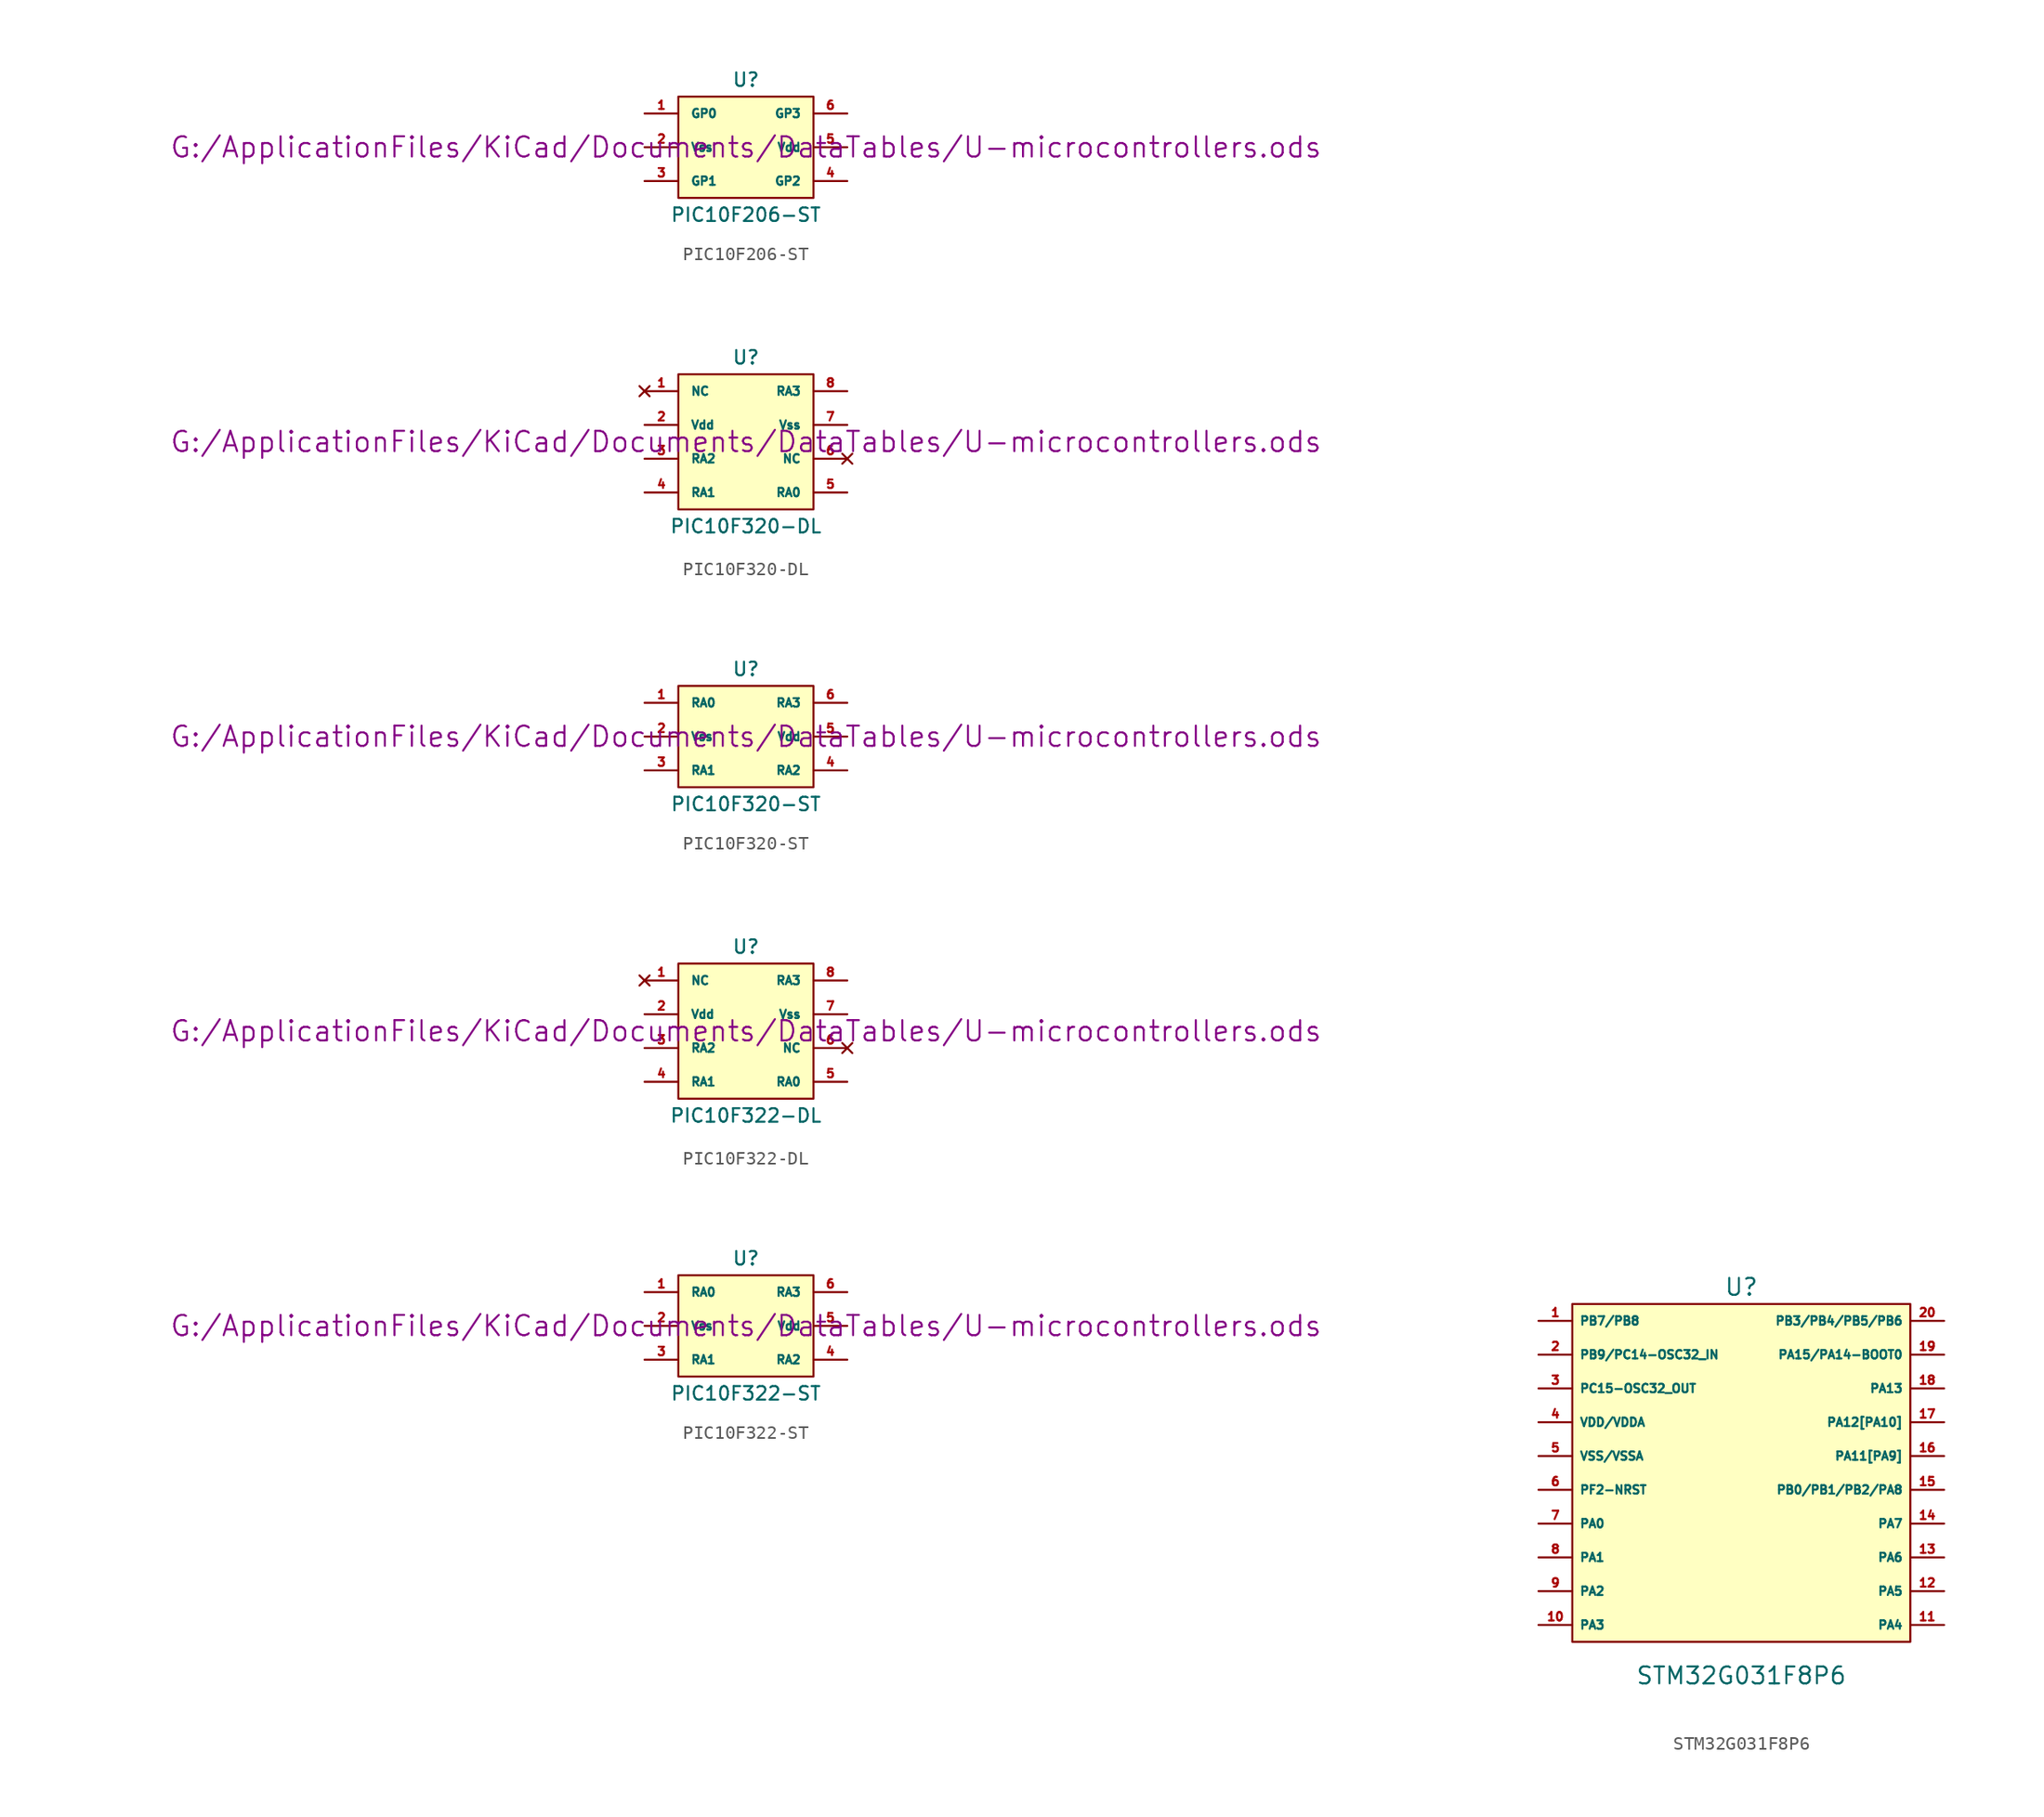
<source format=kicad_sym>
(kicad_symbol_lib
  (version 20211014)
  (generator kicad_symbol_editor)
  (symbol "PIC10F206-ST"
    (pin_names
      (offset 0.889))
    (property "Reference" "U"
      (at 0 5.08 0)
      (effects (font (size 1.016 1.016))))
    (property "Value" "PIC10F206-ST"
      (at 0 -5.08 0)
      (effects (font (size 1.016 1.016))))
    (property "Footprint" ""
      (at 0 0 0)
      (effects (font (size 1.524 1.524))))
    (property "Datasheet" "G:/ApplicationFiles/KiCad/Documents/DataTables/U-microcontrollers.ods"
      (at 0 0 0)
      (effects (font (size 1.524 1.524))))
    (symbol "PIC10F206-ST_1_0"
      (rectangle (start -5.08 -3.81) (end 5.08 3.81) (stroke (width 0) (type default) (color 0 0 0 0)) (fill (type background))))
    (symbol "PIC10F206-ST_1_1"
      (pin bidirectional line (at -7.62 2.54 0) (length 2.54) (name "GP0" (effects (font (size 0.635 0.635)))) (number "1" (effects (font (size 0.635 0.635)))))
      (pin power_in line (at -7.62 0 0) (length 2.54) (name "Vss" (effects (font (size 0.635 0.635)))) (number "2" (effects (font (size 0.635 0.635)))))
      (pin bidirectional line (at -7.62 -2.54 0) (length 2.54) (name "GP1" (effects (font (size 0.635 0.635)))) (number "3" (effects (font (size 0.635 0.635)))))
      (pin bidirectional line (at 7.62 -2.54 180) (length 2.54) (name "GP2" (effects (font (size 0.635 0.635)))) (number "4" (effects (font (size 0.635 0.635)))))
      (pin power_in line (at 7.62 0 180) (length 2.54) (name "Vdd" (effects (font (size 0.635 0.635)))) (number "5" (effects (font (size 0.635 0.635)))))
      (pin bidirectional line (at 7.62 2.54 180) (length 2.54) (name "GP3" (effects (font (size 0.635 0.635)))) (number "6" (effects (font (size 0.635 0.635)))))))
  (symbol "PIC10F320-DL"
    (pin_names
      (offset 0.889))
    (property "Reference" "U"
      (at 0 6.35 0)
      (effects (font (size 1.016 1.016))))
    (property "Value" "PIC10F320-DL"
      (at 0 -6.35 0)
      (effects (font (size 1.016 1.016))))
    (property "Footprint" ""
      (at 0 0 0)
      (effects (font (size 1.524 1.524))))
    (property "Datasheet" "G:/ApplicationFiles/KiCad/Documents/DataTables/U-microcontrollers.ods"
      (at 0 0 0)
      (effects (font (size 1.524 1.524))))
    (symbol "PIC10F320-DL_1_0"
      (rectangle (start -5.08 -5.08) (end 5.08 5.08) (stroke (width 0) (type default) (color 0 0 0 0)) (fill (type background))))
    (symbol "PIC10F320-DL_1_1"
      (pin no_connect line (at -7.62 3.81 0) (length 2.54) (name "NC" (effects (font (size 0.635 0.635)))) (number "1" (effects (font (size 0.635 0.635)))))
      (pin power_in line (at -7.62 1.27 0) (length 2.54) (name "Vdd" (effects (font (size 0.635 0.635)))) (number "2" (effects (font (size 0.635 0.635)))))
      (pin bidirectional line (at -7.62 -1.27 0) (length 2.54) (name "RA2" (effects (font (size 0.635 0.635)))) (number "3" (effects (font (size 0.635 0.635)))))
      (pin bidirectional line (at -7.62 -3.81 0) (length 2.54) (name "RA1" (effects (font (size 0.635 0.635)))) (number "4" (effects (font (size 0.635 0.635)))))
      (pin bidirectional line (at 7.62 -3.81 180) (length 2.54) (name "RA0" (effects (font (size 0.635 0.635)))) (number "5" (effects (font (size 0.635 0.635)))))
      (pin no_connect line (at 7.62 -1.27 180) (length 2.54) (name "NC" (effects (font (size 0.635 0.635)))) (number "6" (effects (font (size 0.635 0.635)))))
      (pin power_in line (at 7.62 1.27 180) (length 2.54) (name "Vss" (effects (font (size 0.635 0.635)))) (number "7" (effects (font (size 0.635 0.635)))))
      (pin bidirectional line (at 7.62 3.81 180) (length 2.54) (name "RA3" (effects (font (size 0.635 0.635)))) (number "8" (effects (font (size 0.635 0.635)))))))
  (symbol "PIC10F320-ST"
    (pin_names
      (offset 0.889))
    (property "Reference" "U"
      (at 0 5.08 0)
      (effects (font (size 1.016 1.016))))
    (property "Value" "PIC10F320-ST"
      (at 0 -5.08 0)
      (effects (font (size 1.016 1.016))))
    (property "Footprint" ""
      (at 0 0 0)
      (effects (font (size 1.524 1.524))))
    (property "Datasheet" "G:/ApplicationFiles/KiCad/Documents/DataTables/U-microcontrollers.ods"
      (at 0 0 0)
      (effects (font (size 1.524 1.524))))
    (symbol "PIC10F320-ST_1_0"
      (rectangle (start -5.08 -3.81) (end 5.08 3.81) (stroke (width 0) (type default) (color 0 0 0 0)) (fill (type background))))
    (symbol "PIC10F320-ST_1_1"
      (pin bidirectional line (at -7.62 2.54 0) (length 2.54) (name "RA0" (effects (font (size 0.635 0.635)))) (number "1" (effects (font (size 0.635 0.635)))))
      (pin power_in line (at -7.62 0 0) (length 2.54) (name "Vss" (effects (font (size 0.635 0.635)))) (number "2" (effects (font (size 0.635 0.635)))))
      (pin bidirectional line (at -7.62 -2.54 0) (length 2.54) (name "RA1" (effects (font (size 0.635 0.635)))) (number "3" (effects (font (size 0.635 0.635)))))
      (pin bidirectional line (at 7.62 -2.54 180) (length 2.54) (name "RA2" (effects (font (size 0.635 0.635)))) (number "4" (effects (font (size 0.635 0.635)))))
      (pin power_in line (at 7.62 0 180) (length 2.54) (name "Vdd" (effects (font (size 0.635 0.635)))) (number "5" (effects (font (size 0.635 0.635)))))
      (pin bidirectional line (at 7.62 2.54 180) (length 2.54) (name "RA3" (effects (font (size 0.635 0.635)))) (number "6" (effects (font (size 0.635 0.635)))))))
  (symbol "PIC10F322-DL"
    (pin_names
      (offset 0.889))
    (property "Reference" "U"
      (at 0 6.35 0)
      (effects (font (size 1.016 1.016))))
    (property "Value" "PIC10F322-DL"
      (at 0 -6.35 0)
      (effects (font (size 1.016 1.016))))
    (property "Footprint" ""
      (at 0 0 0)
      (effects (font (size 1.524 1.524))))
    (property "Datasheet" "G:/ApplicationFiles/KiCad/Documents/DataTables/U-microcontrollers.ods"
      (at 0 0 0)
      (effects (font (size 1.524 1.524))))
    (symbol "PIC10F322-DL_1_0"
      (rectangle (start -5.08 -5.08) (end 5.08 5.08) (stroke (width 0) (type default) (color 0 0 0 0)) (fill (type background))))
    (symbol "PIC10F322-DL_1_1"
      (pin no_connect line (at -7.62 3.81 0) (length 2.54) (name "NC" (effects (font (size 0.635 0.635)))) (number "1" (effects (font (size 0.635 0.635)))))
      (pin power_in line (at -7.62 1.27 0) (length 2.54) (name "Vdd" (effects (font (size 0.635 0.635)))) (number "2" (effects (font (size 0.635 0.635)))))
      (pin bidirectional line (at -7.62 -1.27 0) (length 2.54) (name "RA2" (effects (font (size 0.635 0.635)))) (number "3" (effects (font (size 0.635 0.635)))))
      (pin bidirectional line (at -7.62 -3.81 0) (length 2.54) (name "RA1" (effects (font (size 0.635 0.635)))) (number "4" (effects (font (size 0.635 0.635)))))
      (pin bidirectional line (at 7.62 -3.81 180) (length 2.54) (name "RA0" (effects (font (size 0.635 0.635)))) (number "5" (effects (font (size 0.635 0.635)))))
      (pin no_connect line (at 7.62 -1.27 180) (length 2.54) (name "NC" (effects (font (size 0.635 0.635)))) (number "6" (effects (font (size 0.635 0.635)))))
      (pin power_in line (at 7.62 1.27 180) (length 2.54) (name "Vss" (effects (font (size 0.635 0.635)))) (number "7" (effects (font (size 0.635 0.635)))))
      (pin bidirectional line (at 7.62 3.81 180) (length 2.54) (name "RA3" (effects (font (size 0.635 0.635)))) (number "8" (effects (font (size 0.635 0.635)))))))
  (symbol "PIC10F322-ST"
    (pin_names
      (offset 0.889))
    (property "Reference" "U"
      (at 0 5.08 0)
      (effects (font (size 1.016 1.016))))
    (property "Value" "PIC10F322-ST"
      (at 0 -5.08 0)
      (effects (font (size 1.016 1.016))))
    (property "Footprint" ""
      (at 0 0 0)
      (effects (font (size 1.524 1.524))))
    (property "Datasheet" "G:/ApplicationFiles/KiCad/Documents/DataTables/U-microcontrollers.ods"
      (at 0 0 0)
      (effects (font (size 1.524 1.524))))
    (symbol "PIC10F322-ST_1_0"
      (rectangle (start -5.08 -3.81) (end 5.08 3.81) (stroke (width 0) (type default) (color 0 0 0 0)) (fill (type background))))
    (symbol "PIC10F322-ST_1_1"
      (pin bidirectional line (at -7.62 2.54 0) (length 2.54) (name "RA0" (effects (font (size 0.635 0.635)))) (number "1" (effects (font (size 0.635 0.635)))))
      (pin power_in line (at -7.62 0 0) (length 2.54) (name "Vss" (effects (font (size 0.635 0.635)))) (number "2" (effects (font (size 0.635 0.635)))))
      (pin bidirectional line (at -7.62 -2.54 0) (length 2.54) (name "RA1" (effects (font (size 0.635 0.635)))) (number "3" (effects (font (size 0.635 0.635)))))
      (pin bidirectional line (at 7.62 -2.54 180) (length 2.54) (name "RA2" (effects (font (size 0.635 0.635)))) (number "4" (effects (font (size 0.635 0.635)))))
      (pin power_in line (at 7.62 0 180) (length 2.54) (name "Vdd" (effects (font (size 0.635 0.635)))) (number "5" (effects (font (size 0.635 0.635)))))
      (pin bidirectional line (at 7.62 2.54 180) (length 2.54) (name "RA3" (effects (font (size 0.635 0.635)))) (number "6" (effects (font (size 0.635 0.635)))))))
  (symbol "STM32G031F8P6"
    (property "Reference" "U"
      (at 0 13.97 0)
      (effects (font (size 1.27 1.27))))
    (property "Value" "STM32G031F8P6"
      (at 0 -15.24 0)
      (effects (font (size 1.27 1.27))))
    (symbol "STM32G031F8P6_1_0"
      (rectangle (start -12.7 12.7) (end 12.7 -12.7) (stroke (width 0) (type default) (color 0 0 0 0)) (fill (type background))))
    (symbol "STM32G031F8P6_1_1"
      (pin bidirectional line (at -15.24 11.43 0) (length 2.54) (name "PB7/PB8" (effects (font (size 0.635 0.635)))) (number "1" (effects (font (size 0.635 0.635)))))
      (pin bidirectional line (at -15.24 -11.43 0) (length 2.54) (name "PA3" (effects (font (size 0.635 0.635)))) (number "10" (effects (font (size 0.635 0.635)))))
      (pin bidirectional line (at 15.24 -11.43 180) (length 2.54) (name "PA4" (effects (font (size 0.635 0.635)))) (number "11" (effects (font (size 0.635 0.635)))))
      (pin bidirectional line (at 15.24 -8.89 180) (length 2.54) (name "PA5" (effects (font (size 0.635 0.635)))) (number "12" (effects (font (size 0.635 0.635)))))
      (pin bidirectional line (at 15.24 -6.35 180) (length 2.54) (name "PA6" (effects (font (size 0.635 0.635)))) (number "13" (effects (font (size 0.635 0.635)))))
      (pin bidirectional line (at 15.24 -3.81 180) (length 2.54) (name "PA7" (effects (font (size 0.635 0.635)))) (number "14" (effects (font (size 0.635 0.635)))))
      (pin bidirectional line (at 15.24 -1.27 180) (length 2.54) (name "PB0/PB1/PB2/PA8" (effects (font (size 0.635 0.635)))) (number "15" (effects (font (size 0.635 0.635)))))
      (pin bidirectional line (at 15.24 1.27 180) (length 2.54) (name "PA11[PA9]" (effects (font (size 0.635 0.635)))) (number "16" (effects (font (size 0.635 0.635)))))
      (pin bidirectional line (at 15.24 3.81 180) (length 2.54) (name "PA12[PA10]" (effects (font (size 0.635 0.635)))) (number "17" (effects (font (size 0.635 0.635)))))
      (pin bidirectional line (at 15.24 6.35 180) (length 2.54) (name "PA13" (effects (font (size 0.635 0.635)))) (number "18" (effects (font (size 0.635 0.635)))))
      (pin bidirectional line (at 15.24 8.89 180) (length 2.54) (name "PA15/PA14-BOOT0" (effects (font (size 0.635 0.635)))) (number "19" (effects (font (size 0.635 0.635)))))
      (pin bidirectional line (at -15.24 8.89 0) (length 2.54) (name "PB9/PC14-OSC32_IN" (effects (font (size 0.635 0.635)))) (number "2" (effects (font (size 0.635 0.635)))))
      (pin bidirectional line (at 15.24 11.43 180) (length 2.54) (name "PB3/PB4/PB5/PB6" (effects (font (size 0.635 0.635)))) (number "20" (effects (font (size 0.635 0.635)))))
      (pin bidirectional line (at -15.24 6.35 0) (length 2.54) (name "PC15-OSC32_OUT" (effects (font (size 0.635 0.635)))) (number "3" (effects (font (size 0.635 0.635)))))
      (pin power_in line (at -15.24 3.81 0) (length 2.54) (name "VDD/VDDA" (effects (font (size 0.635 0.635)))) (number "4" (effects (font (size 0.635 0.635)))))
      (pin power_in line (at -15.24 1.27 0) (length 2.54) (name "VSS/VSSA" (effects (font (size 0.635 0.635)))) (number "5" (effects (font (size 0.635 0.635)))))
      (pin bidirectional line (at -15.24 -1.27 0) (length 2.54) (name "PF2-NRST" (effects (font (size 0.635 0.635)))) (number "6" (effects (font (size 0.635 0.635)))))
      (pin bidirectional line (at -15.24 -3.81 0) (length 2.54) (name "PA0" (effects (font (size 0.635 0.635)))) (number "7" (effects (font (size 0.635 0.635)))))
      (pin bidirectional line (at -15.24 -6.35 0) (length 2.54) (name "PA1" (effects (font (size 0.635 0.635)))) (number "8" (effects (font (size 0.635 0.635)))))
      (pin bidirectional line (at -15.24 -8.89 0) (length 2.54) (name "PA2" (effects (font (size 0.635 0.635)))) (number "9" (effects (font (size 0.635 0.635))))))))
</source>
